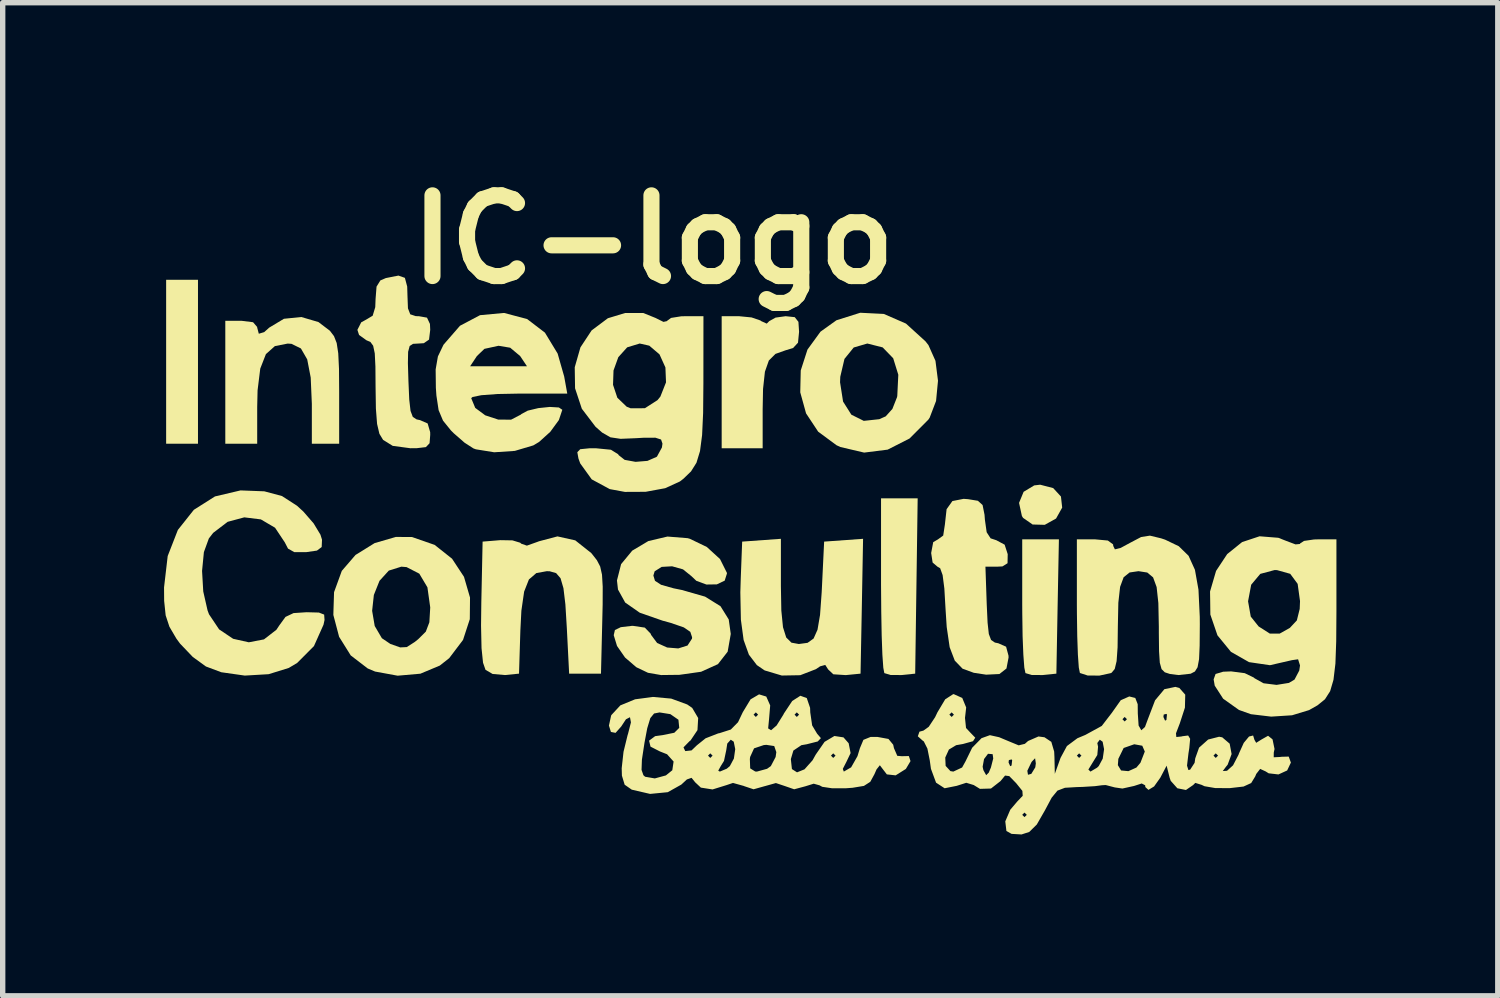
<source format=kicad_pcb>
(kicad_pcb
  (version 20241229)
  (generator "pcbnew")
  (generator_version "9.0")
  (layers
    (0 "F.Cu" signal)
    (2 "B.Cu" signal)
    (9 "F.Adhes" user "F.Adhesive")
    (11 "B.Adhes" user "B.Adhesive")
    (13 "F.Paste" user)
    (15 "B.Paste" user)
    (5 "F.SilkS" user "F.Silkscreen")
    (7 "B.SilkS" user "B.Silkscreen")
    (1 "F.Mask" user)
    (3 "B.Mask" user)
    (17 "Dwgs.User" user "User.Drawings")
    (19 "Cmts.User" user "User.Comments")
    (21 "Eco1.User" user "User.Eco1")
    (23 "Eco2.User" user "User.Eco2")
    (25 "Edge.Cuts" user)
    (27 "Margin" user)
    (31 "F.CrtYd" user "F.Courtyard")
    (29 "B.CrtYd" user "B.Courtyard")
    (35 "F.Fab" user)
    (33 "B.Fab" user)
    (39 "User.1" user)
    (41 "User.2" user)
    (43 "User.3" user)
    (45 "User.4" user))
  (footprint "IC-logo"
    (layer "F.Cu")
    (at 9.098 6.004)
    (property "Reference" "IC-logo" (at 0 -4.6 0) (layer "F.SilkS") (effects (font (size 1.5 1.5) (thickness 0.3))))
    (attr board_only exclude_from_pos_files exclude_from_bom)
    (fp_poly (pts (xy -8.467 -2.328) (xy -8.467 -0.804) (xy -8.763 -0.804) (xy -9.059 -0.804) (xy -9.059 -2.328) (xy -9.059 -3.852) (xy -8.763 -3.852) (xy -8.467 -3.852)) (stroke (width 0) (type solid)) (fill yes) (layer "F.SilkS"))
    (fp_poly (pts (xy 7.434 0.021) (xy 7.578 0.178) (xy 7.601 0.384) (xy 7.487 0.587) (xy 7.277 0.704) (xy 7.051 0.698) (xy 6.874 0.575) (xy 6.852 0.54) (xy 6.799 0.296) (xy 6.884 0.09) (xy 7.081 -0.029) (xy 7.192 -0.042)) (stroke (width 0) (type solid)) (fill yes) (layer "F.SilkS"))
    (fp_poly (pts (xy 7.516 2.223) (xy 7.493 3.471) (xy 7.236 3.497) (xy 7.035 3.496) (xy 6.918 3.461) (xy 6.897 3.359) (xy 6.879 3.12) (xy 6.865 2.775) (xy 6.859 2.356) (xy 6.858 2.187) (xy 6.858 0.974) (xy 7.199 0.974) (xy 7.54 0.974)) (stroke (width 0) (type solid)) (fill yes) (layer "F.SilkS"))
    (fp_poly (pts (xy 4.891 1.841) (xy 4.868 3.471) (xy 4.611 3.497) (xy 4.411 3.496) (xy 4.294 3.461) (xy 4.275 3.361) (xy 4.258 3.119) (xy 4.245 2.763) (xy 4.237 2.32) (xy 4.233 1.817) (xy 4.233 1.806) (xy 4.233 0.212) (xy 4.574 0.212) (xy 4.914 0.212)) (stroke (width 0) (type solid)) (fill yes) (layer "F.SilkS"))
    (fp_poly (pts (xy 1.826 -3.152) (xy 1.989 -3.096) (xy 2.006 -3.083) (xy 2.108 -3.037) (xy 2.154 -3.083) (xy 2.272 -3.149) (xy 2.46 -3.175) (xy 2.629 -3.157) (xy 2.697 -3.07) (xy 2.709 -2.885) (xy 2.689 -2.682) (xy 2.597 -2.583) (xy 2.455 -2.54) (xy 2.27 -2.474) (xy 2.147 -2.351) (xy 2.074 -2.143) (xy 2.039 -1.821) (xy 2.032 -1.445) (xy 2.032 -0.72) (xy 1.651 -0.72) (xy 1.27 -0.72) (xy 1.27 -1.947) (xy 1.27 -3.175) (xy 1.592 -3.175)) (stroke (width 0) (type solid)) (fill yes) (layer "F.SilkS"))
    (fp_poly (pts (xy 3.876 2.218) (xy 3.852 3.471) (xy 3.577 3.498) (xy 3.346 3.483) (xy 3.25 3.393) (xy 3.196 3.309) (xy 3.1 3.335) (xy 3.021 3.388) (xy 2.731 3.5) (xy 2.388 3.506) (xy 2.069 3.411) (xy 1.924 3.312) (xy 1.776 3.118) (xy 1.678 2.845) (xy 1.627 2.467) (xy 1.617 1.96) (xy 1.625 1.693) (xy 1.651 1.016) (xy 2.011 0.99) (xy 2.371 0.964) (xy 2.371 1.841) (xy 2.379 2.297) (xy 2.41 2.608) (xy 2.47 2.799) (xy 2.567 2.895) (xy 2.705 2.92) (xy 2.867 2.898) (xy 2.979 2.818) (xy 3.052 2.654) (xy 3.099 2.378) (xy 3.129 1.964) (xy 3.133 1.887) (xy 3.175 1.016) (xy 3.537 0.99) (xy 3.899 0.964)) (stroke (width 0) (type solid)) (fill yes) (layer "F.SilkS"))
    (fp_poly (pts (xy -6.227 -3.066) (xy -6.014 -2.904) (xy -5.938 -2.804) (xy -5.888 -2.676) (xy -5.859 -2.485) (xy -5.845 -2.195) (xy -5.842 -1.772) (xy -5.842 -1.762) (xy -5.842 -0.804) (xy -6.096 -0.804) (xy -6.35 -0.804) (xy -6.35 -1.547) (xy -6.371 -2.034) (xy -6.436 -2.372) (xy -6.553 -2.575) (xy -6.728 -2.661) (xy -6.799 -2.666) (xy -7.037 -2.619) (xy -7.204 -2.47) (xy -7.309 -2.201) (xy -7.359 -1.796) (xy -7.366 -1.487) (xy -7.366 -0.804) (xy -7.662 -0.804) (xy -7.959 -0.804) (xy -7.959 -1.947) (xy -7.959 -3.09) (xy -7.662 -3.09) (xy -7.443 -3.063) (xy -7.367 -2.975) (xy -7.366 -2.963) (xy -7.336 -2.849) (xy -7.236 -2.879) (xy -7.142 -2.963) (xy -6.869 -3.127) (xy -6.546 -3.16)) (stroke (width 0) (type solid)) (fill yes) (layer "F.SilkS"))
    (fp_poly (pts (xy -1.452 0.993) (xy -1.156 1.228) (xy -1.143 1.243) (xy -1.05 1.362) (xy -0.989 1.479) (xy -0.955 1.631) (xy -0.942 1.855) (xy -0.943 2.187) (xy -0.95 2.486) (xy -0.974 3.471) (xy -1.27 3.471) (xy -1.566 3.471) (xy -1.609 2.625) (xy -1.636 2.182) (xy -1.672 1.882) (xy -1.726 1.697) (xy -1.808 1.602) (xy -1.926 1.568) (xy -1.982 1.566) (xy -2.176 1.601) (xy -2.314 1.72) (xy -2.403 1.946) (xy -2.454 2.3) (xy -2.473 2.67) (xy -2.498 3.471) (xy -2.759 3.497) (xy -2.989 3.477) (xy -3.121 3.4) (xy -3.167 3.268) (xy -3.195 2.998) (xy -3.204 2.579) (xy -3.199 2.147) (xy -3.175 1.016) (xy -2.845 0.989) (xy -2.62 0.993) (xy -2.475 1.037) (xy -2.458 1.054) (xy -2.352 1.091) (xy -2.139 1.015) (xy -2.131 1.011) (xy -1.783 0.919)) (stroke (width 0) (type solid)) (fill yes) (layer "F.SilkS"))
    (fp_poly (pts (xy 4.285 -3.217) (xy 4.696 -3.038) (xy 5.059 -2.708) (xy 5.114 -2.638) (xy 5.245 -2.345) (xy 5.292 -1.975) (xy 5.256 -1.599) (xy 5.137 -1.288) (xy 5.112 -1.251) (xy 4.763 -0.901) (xy 4.356 -0.694) (xy 3.919 -0.639) (xy 3.476 -0.743) (xy 3.405 -0.776) (xy 3.064 -1.028) (xy 2.839 -1.368) (xy 2.731 -1.759) (xy 2.735 -1.947) (xy 3.471 -1.947) (xy 3.527 -1.588) (xy 3.681 -1.344) (xy 3.912 -1.229) (xy 4.2 -1.26) (xy 4.32 -1.313) (xy 4.444 -1.451) (xy 4.531 -1.671) (xy 4.535 -1.694) (xy 4.554 -2.086) (xy 4.459 -2.393) (xy 4.263 -2.595) (xy 3.978 -2.667) (xy 3.978 -2.667) (xy 3.725 -2.593) (xy 3.553 -2.381) (xy 3.475 -2.049) (xy 3.471 -1.947) (xy 2.735 -1.947) (xy 2.74 -2.166) (xy 2.865 -2.554) (xy 3.107 -2.887) (xy 3.403 -3.099) (xy 3.846 -3.239)) (stroke (width 0) (type solid)) (fill yes) (layer "F.SilkS"))
    (fp_poly (pts (xy -4.487 0.931) (xy -4.067 1.077) (xy -3.743 1.334) (xy -3.521 1.671) (xy -3.409 2.056) (xy -3.413 2.458) (xy -3.539 2.844) (xy -3.796 3.183) (xy -3.971 3.321) (xy -4.332 3.472) (xy -4.755 3.509) (xy -5.174 3.432) (xy -5.312 3.374) (xy -5.627 3.132) (xy -5.843 2.786) (xy -5.95 2.38) (xy -5.948 2.303) (xy -5.229 2.303) (xy -5.181 2.585) (xy -5.048 2.812) (xy -4.891 2.918) (xy -4.707 2.983) (xy -4.585 2.977) (xy -4.44 2.884) (xy -4.372 2.83) (xy -4.231 2.69) (xy -4.165 2.516) (xy -4.149 2.243) (xy -4.149 2.238) (xy -4.201 1.866) (xy -4.352 1.612) (xy -4.589 1.49) (xy -4.686 1.482) (xy -4.919 1.555) (xy -5.092 1.745) (xy -5.197 2.008) (xy -5.229 2.303) (xy -5.948 2.303) (xy -5.937 1.956) (xy -5.793 1.56) (xy -5.538 1.264) (xy -5.183 1.044) (xy -4.788 0.929)) (stroke (width 0) (type solid)) (fill yes) (layer "F.SilkS"))
    (fp_poly (pts (xy 5.851 0.227) (xy 6.034 0.257) (xy 6.121 0.336) (xy 6.157 0.516) (xy 6.164 0.609) (xy 6.197 0.842) (xy 6.27 0.955) (xy 6.376 0.99) (xy 6.531 1.073) (xy 6.588 1.249) (xy 6.585 1.418) (xy 6.491 1.477) (xy 6.395 1.482) (xy 6.174 1.482) (xy 6.198 2.18) (xy 6.214 2.524) (xy 6.237 2.734) (xy 6.279 2.845) (xy 6.35 2.893) (xy 6.413 2.906) (xy 6.558 2.97) (xy 6.603 3.137) (xy 6.604 3.172) (xy 6.565 3.375) (xy 6.434 3.478) (xy 6.187 3.49) (xy 5.957 3.455) (xy 5.749 3.379) (xy 5.604 3.229) (xy 5.509 2.98) (xy 5.454 2.604) (xy 5.433 2.281) (xy 5.41 1.887) (xy 5.378 1.638) (xy 5.332 1.511) (xy 5.282 1.482) (xy 5.192 1.405) (xy 5.165 1.228) (xy 5.203 1.026) (xy 5.292 0.974) (xy 5.389 0.903) (xy 5.42 0.699) (xy 5.452 0.413) (xy 5.56 0.262) (xy 5.768 0.221)) (stroke (width 0) (type solid)) (fill yes) (layer "F.SilkS"))
    (fp_poly (pts (xy -4.62 -3.888) (xy -4.577 -3.726) (xy -4.572 -3.556) (xy -4.563 -3.321) (xy -4.52 -3.21) (xy -4.417 -3.176) (xy -4.36 -3.175) (xy -4.209 -3.148) (xy -4.154 -3.031) (xy -4.149 -2.921) (xy -4.171 -2.74) (xy -4.268 -2.673) (xy -4.364 -2.667) (xy -4.469 -2.661) (xy -4.531 -2.621) (xy -4.56 -2.513) (xy -4.564 -2.303) (xy -4.554 -1.968) (xy -4.539 -1.624) (xy -4.515 -1.414) (xy -4.473 -1.303) (xy -4.402 -1.256) (xy -4.339 -1.243) (xy -4.197 -1.181) (xy -4.15 -1.02) (xy -4.149 -0.968) (xy -4.161 -0.813) (xy -4.229 -0.741) (xy -4.399 -0.721) (xy -4.517 -0.72) (xy -4.846 -0.764) (xy -5.025 -0.875) (xy -5.094 -0.989) (xy -5.137 -1.172) (xy -5.159 -1.456) (xy -5.165 -1.856) (xy -5.168 -2.238) (xy -5.18 -2.484) (xy -5.21 -2.626) (xy -5.262 -2.697) (xy -5.334 -2.727) (xy -5.472 -2.826) (xy -5.503 -2.921) (xy -5.432 -3.061) (xy -5.334 -3.115) (xy -5.219 -3.184) (xy -5.171 -3.343) (xy -5.165 -3.496) (xy -5.147 -3.725) (xy -5.076 -3.84) (xy -4.974 -3.884) (xy -4.74 -3.93)) (stroke (width 0) (type solid)) (fill yes) (layer "F.SilkS"))
    (fp_poly (pts (xy -2.77 -3.234) (xy -2.347 -3.122) (xy -2.016 -2.869) (xy -1.78 -2.48) (xy -1.658 -2.053) (xy -1.601 -1.736) (xy -2.494 -1.736) (xy -2.902 -1.728) (xy -3.199 -1.706) (xy -3.362 -1.673) (xy -3.387 -1.651) (xy -3.312 -1.47) (xy -3.126 -1.332) (xy -2.885 -1.253) (xy -2.646 -1.251) (xy -2.463 -1.346) (xy -2.455 -1.355) (xy -2.336 -1.419) (xy -2.139 -1.466) (xy -1.926 -1.488) (xy -1.757 -1.478) (xy -1.693 -1.435) (xy -1.757 -1.244) (xy -1.917 -1.025) (xy -2.125 -0.837) (xy -2.232 -0.773) (xy -2.575 -0.671) (xy -2.96 -0.645) (xy -3.3 -0.7) (xy -3.344 -0.716) (xy -3.509 -0.822) (xy -3.71 -0.997) (xy -3.764 -1.051) (xy -3.911 -1.233) (xy -3.993 -1.428) (xy -4.034 -1.7) (xy -4.044 -1.843) (xy -4.048 -2.185) (xy -4.038 -2.244) (xy -3.407 -2.244) (xy -2.879 -2.244) (xy -2.35 -2.244) (xy -2.477 -2.434) (xy -2.662 -2.589) (xy -2.879 -2.625) (xy -3.141 -2.568) (xy -3.281 -2.434) (xy -3.407 -2.244) (xy -4.038 -2.244) (xy -4.006 -2.427) (xy -3.906 -2.636) (xy -3.9 -2.647) (xy -3.596 -2.997) (xy -3.223 -3.194) (xy -2.783 -3.235)) (stroke (width 0) (type solid)) (fill yes) (layer "F.SilkS"))
    (fp_poly (pts (xy -7.233 0.081) (xy -6.905 0.169) (xy -6.626 0.349) (xy -6.507 0.458) (xy -6.317 0.677) (xy -6.19 0.887) (xy -6.161 0.98) (xy -6.167 1.117) (xy -6.255 1.183) (xy -6.456 1.212) (xy -6.676 1.212) (xy -6.793 1.146) (xy -6.853 1.03) (xy -7.034 0.758) (xy -7.298 0.603) (xy -7.606 0.565) (xy -7.915 0.648) (xy -8.185 0.854) (xy -8.265 0.958) (xy -8.357 1.211) (xy -8.391 1.561) (xy -8.369 1.943) (xy -8.289 2.295) (xy -8.262 2.367) (xy -8.074 2.648) (xy -7.813 2.823) (xy -7.522 2.888) (xy -7.24 2.834) (xy -7.009 2.655) (xy -6.955 2.574) (xy -6.84 2.416) (xy -6.69 2.345) (xy -6.447 2.329) (xy -6.219 2.335) (xy -6.121 2.373) (xy -6.114 2.473) (xy -6.133 2.561) (xy -6.311 2.959) (xy -6.623 3.272) (xy -6.779 3.365) (xy -7.153 3.481) (xy -7.596 3.507) (xy -8.033 3.445) (xy -8.319 3.338) (xy -8.564 3.16) (xy -8.8 2.913) (xy -8.869 2.819) (xy -8.998 2.599) (xy -9.068 2.387) (xy -9.096 2.118) (xy -9.098 1.868) (xy -9.03 1.284) (xy -8.841 0.799) (xy -8.544 0.425) (xy -8.151 0.176) (xy -7.675 0.064)) (stroke (width 0) (type solid)) (fill yes) (layer "F.SilkS"))
    (fp_poly (pts (xy 9.44 0.955) (xy 9.515 0.98) (xy 9.769 1.102) (xy 9.951 1.28) (xy 10.069 1.54) (xy 10.135 1.91) (xy 10.159 2.414) (xy 10.16 2.555) (xy 10.157 2.947) (xy 10.146 3.202) (xy 10.118 3.352) (xy 10.069 3.431) (xy 9.992 3.471) (xy 9.985 3.473) (xy 9.762 3.497) (xy 9.604 3.477) (xy 9.509 3.446) (xy 9.449 3.387) (xy 9.416 3.268) (xy 9.402 3.055) (xy 9.398 2.714) (xy 9.398 2.598) (xy 9.389 2.158) (xy 9.357 1.861) (xy 9.291 1.681) (xy 9.183 1.591) (xy 9.022 1.566) (xy 9.017 1.566) (xy 8.854 1.59) (xy 8.744 1.678) (xy 8.678 1.857) (xy 8.645 2.153) (xy 8.636 2.59) (xy 8.631 2.983) (xy 8.613 3.238) (xy 8.578 3.384) (xy 8.521 3.453) (xy 8.502 3.462) (xy 8.294 3.507) (xy 8.076 3.506) (xy 7.934 3.46) (xy 7.93 3.457) (xy 7.91 3.357) (xy 7.893 3.118) (xy 7.881 2.775) (xy 7.875 2.357) (xy 7.874 2.187) (xy 7.874 0.974) (xy 8.213 0.974) (xy 8.45 0.996) (xy 8.547 1.067) (xy 8.551 1.098) (xy 8.581 1.16) (xy 8.689 1.133) (xy 8.859 1.041) (xy 9.068 0.931) (xy 9.232 0.905)) (stroke (width 0) (type solid)) (fill yes) (layer "F.SilkS"))
    (fp_poly (pts (xy 0.637 0.952) (xy 0.679 0.964) (xy 0.994 1.116) (xy 1.239 1.34) (xy 1.366 1.594) (xy 1.368 1.609) (xy 1.326 1.742) (xy 1.18 1.811) (xy 0.986 1.814) (xy 0.799 1.745) (xy 0.706 1.657) (xy 0.551 1.532) (xy 0.348 1.475) (xy 0.154 1.486) (xy 0.024 1.568) (xy 0 1.647) (xy 0.03 1.745) (xy 0.144 1.819) (xy 0.375 1.884) (xy 0.527 1.915) (xy 0.961 2.039) (xy 1.248 2.217) (xy 1.401 2.463) (xy 1.439 2.733) (xy 1.381 3.063) (xy 1.201 3.294) (xy 0.887 3.436) (xy 0.484 3.493) (xy 0.143 3.497) (xy -0.1 3.455) (xy -0.31 3.355) (xy -0.32 3.349) (xy -0.527 3.171) (xy -0.676 2.956) (xy -0.737 2.756) (xy -0.715 2.66) (xy -0.606 2.607) (xy -0.403 2.583) (xy -0.382 2.582) (xy -0.159 2.615) (xy -0.051 2.727) (xy -0.042 2.751) (xy 0.07 2.901) (xy 0.256 2.985) (xy 0.463 3.002) (xy 0.635 2.948) (xy 0.718 2.82) (xy 0.72 2.795) (xy 0.687 2.694) (xy 0.566 2.611) (xy 0.325 2.528) (xy 0.172 2.486) (xy -0.253 2.338) (xy -0.524 2.149) (xy -0.658 1.907) (xy -0.677 1.738) (xy -0.6 1.435) (xy -0.393 1.184) (xy -0.094 1.006) (xy 0.262 0.922)) (stroke (width 0) (type solid)) (fill yes) (layer "F.SilkS"))
    (fp_poly (pts (xy 11.62 0.945) (xy 11.772 1.005) (xy 11.94 1.068) (xy 12.021 1.06) (xy 12.023 1.052) (xy 12.098 1.003) (xy 12.285 0.976) (xy 12.361 0.974) (xy 12.7 0.974) (xy 12.7 2.309) (xy 12.696 2.869) (xy 12.681 3.285) (xy 12.645 3.586) (xy 12.583 3.797) (xy 12.487 3.947) (xy 12.348 4.06) (xy 12.191 4.149) (xy 11.875 4.245) (xy 11.487 4.27) (xy 11.11 4.225) (xy 10.888 4.146) (xy 10.594 3.937) (xy 10.437 3.694) (xy 10.417 3.577) (xy 10.453 3.477) (xy 10.594 3.435) (xy 10.742 3.429) (xy 10.995 3.462) (xy 11.166 3.545) (xy 11.176 3.556) (xy 11.345 3.65) (xy 11.587 3.68) (xy 11.817 3.643) (xy 11.921 3.581) (xy 12.009 3.413) (xy 12.023 3.318) (xy 11.987 3.204) (xy 11.874 3.22) (xy 11.464 3.314) (xy 11.075 3.257) (xy 10.739 3.066) (xy 10.488 2.759) (xy 10.356 2.373) (xy 10.353 2.126) (xy 11.057 2.126) (xy 11.107 2.41) (xy 11.253 2.593) (xy 11.463 2.727) (xy 11.644 2.727) (xy 11.834 2.62) (xy 11.964 2.481) (xy 12.017 2.268) (xy 12.023 2.122) (xy 11.979 1.802) (xy 11.841 1.615) (xy 11.595 1.546) (xy 11.549 1.545) (xy 11.284 1.616) (xy 11.115 1.818) (xy 11.057 2.126) (xy 10.353 2.126) (xy 10.35 1.944) (xy 10.462 1.561) (xy 10.669 1.248) (xy 10.946 1.025) (xy 11.271 0.917)) (stroke (width 0) (type solid)) (fill yes) (layer "F.SilkS"))
    (fp_poly (pts (xy 0.041 -3.142) (xy 0.188 -3.069) (xy 0.254 -3.084) (xy 0.254 -3.088) (xy 0.329 -3.143) (xy 0.517 -3.173) (xy 0.593 -3.175) (xy 0.931 -3.175) (xy 0.93 -1.926) (xy 0.925 -1.375) (xy 0.906 -0.965) (xy 0.867 -0.666) (xy 0.801 -0.45) (xy 0.7 -0.289) (xy 0.559 -0.153) (xy 0.493 -0.102) (xy 0.22 0.023) (xy -0.144 0.09) (xy -0.529 0.092) (xy -0.811 0.04) (xy -1.146 -0.141) (xy -1.36 -0.438) (xy -1.393 -0.529) (xy -1.414 -0.646) (xy -1.36 -0.702) (xy -1.19 -0.719) (xy -1.073 -0.72) (xy -0.789 -0.692) (xy -0.654 -0.608) (xy -0.647 -0.593) (xy -0.534 -0.504) (xy -0.331 -0.467) (xy -0.11 -0.485) (xy 0.059 -0.559) (xy 0.068 -0.567) (xy 0.159 -0.734) (xy 0.169 -0.806) (xy 0.143 -0.882) (xy 0.037 -0.916) (xy -0.183 -0.915) (xy -0.32 -0.907) (xy -0.61 -0.895) (xy -0.798 -0.923) (xy -0.952 -1.011) (xy -1.075 -1.119) (xy -1.33 -1.454) (xy -1.456 -1.834) (xy -1.457 -1.899) (xy -0.75 -1.899) (xy -0.67 -1.659) (xy -0.496 -1.492) (xy -0.423 -1.463) (xy -0.158 -1.464) (xy 0.076 -1.614) (xy 0.13 -1.68) (xy 0.235 -1.945) (xy 0.224 -2.222) (xy 0.114 -2.465) (xy -0.076 -2.627) (xy -0.254 -2.667) (xy -0.487 -2.596) (xy -0.652 -2.413) (xy -0.741 -2.166) (xy -0.75 -1.899) (xy -1.457 -1.899) (xy -1.462 -2.226) (xy -1.356 -2.596) (xy -1.148 -2.911) (xy -0.846 -3.137) (xy -0.523 -3.235) (xy -0.189 -3.235)) (stroke (width 0) (type solid)) (fill yes) (layer "F.SilkS"))
    (fp_poly (pts (xy 2.099 3.897) (xy 2.172 4.062) (xy 2.15 4.325) (xy 2.134 4.489) (xy 2.189 4.523) (xy 2.291 4.435) (xy 2.416 4.235) (xy 2.417 4.233) (xy 2.625 4.233) (xy 2.667 4.276) (xy 2.709 4.233) (xy 2.667 4.191) (xy 2.625 4.233) (xy 2.417 4.233) (xy 2.427 4.212) (xy 2.582 3.979) (xy 2.733 3.882) (xy 2.852 3.925) (xy 2.914 4.107) (xy 2.917 4.191) (xy 2.952 4.433) (xy 3.044 4.587) (xy 3.115 4.67) (xy 3.056 4.732) (xy 2.851 4.784) (xy 2.752 4.801) (xy 2.603 4.901) (xy 2.556 5.06) (xy 2.576 5.245) (xy 2.671 5.306) (xy 2.81 5.25) (xy 2.96 5.081) (xy 3.008 4.995) (xy 3.302 4.995) (xy 3.344 5.038) (xy 3.387 4.995) (xy 3.344 4.953) (xy 3.302 4.995) (xy 3.008 4.995) (xy 3.02 4.974) (xy 3.183 4.739) (xy 3.366 4.63) (xy 3.535 4.656) (xy 3.631 4.765) (xy 3.667 4.948) (xy 3.59 5.109) (xy 3.522 5.242) (xy 3.541 5.292) (xy 3.677 5.213) (xy 3.795 5.005) (xy 3.84 4.857) (xy 3.905 4.702) (xy 4.038 4.648) (xy 4.169 4.648) (xy 4.371 4.685) (xy 4.459 4.792) (xy 4.473 4.856) (xy 4.535 4.999) (xy 4.618 5.006) (xy 4.75 5.003) (xy 4.781 5.097) (xy 4.696 5.24) (xy 4.694 5.243) (xy 4.505 5.362) (xy 4.341 5.344) (xy 4.26 5.239) (xy 4.211 5.174) (xy 4.149 5.252) (xy 4.111 5.339) (xy 4.033 5.482) (xy 3.915 5.558) (xy 3.703 5.593) (xy 3.578 5.602) (xy 3.321 5.602) (xy 3.14 5.575) (xy 3.091 5.548) (xy 2.981 5.517) (xy 2.827 5.565) (xy 2.618 5.621) (xy 2.451 5.563) (xy 2.278 5.505) (xy 2.071 5.563) (xy 2.07 5.563) (xy 1.863 5.621) (xy 1.689 5.563) (xy 1.685 5.56) (xy 1.48 5.503) (xy 1.358 5.544) (xy 1.1 5.624) (xy 0.883 5.59) (xy 0.778 5.492) (xy 0.71 5.408) (xy 0.623 5.438) (xy 0.519 5.534) (xy 0.268 5.675) (xy -0.061 5.707) (xy -0.402 5.628) (xy -0.534 5.536) (xy -0.585 5.367) (xy -0.588 5.26) (xy -0.22 5.26) (xy -0.185 5.36) (xy -0.153 5.388) (xy 0.027 5.419) (xy 0.233 5.363) (xy 0.342 5.275) (xy 1.206 5.275) (xy 1.236 5.292) (xy 1.365 5.238) (xy 1.422 5.19) (xy 1.492 5.059) (xy 1.794 5.059) (xy 1.8 5.232) (xy 1.893 5.29) (xy 1.925 5.292) (xy 2.114 5.24) (xy 2.184 5.19) (xy 2.273 5.021) (xy 2.286 4.93) (xy 2.247 4.817) (xy 2.101 4.795) (xy 2.053 4.799) (xy 1.872 4.86) (xy 1.799 5.02) (xy 1.794 5.059) (xy 1.492 5.059) (xy 1.497 5.05) (xy 1.522 4.875) (xy 1.494 4.736) (xy 1.439 4.699) (xy 1.374 4.771) (xy 1.355 4.894) (xy 1.313 5.093) (xy 1.253 5.19) (xy 1.206 5.275) (xy 0.342 5.275) (xy 0.352 5.267) (xy 0.376 5.105) (xy 0.277 4.995) (xy 1.016 4.995) (xy 1.058 5.038) (xy 1.101 4.995) (xy 1.058 4.953) (xy 1.016 4.995) (xy 0.277 4.995) (xy 0.255 4.97) (xy 0.121 4.917) (xy -0.053 4.828) (xy -0.08 4.717) (xy 0.033 4.633) (xy 0.172 4.614) (xy 0.389 4.57) (xy 0.481 4.479) (xy 0.466 4.328) (xy 0.316 4.224) (xy 0.115 4.192) (xy 0.013 4.212) (xy -0.057 4.298) (xy -0.114 4.486) (xy -0.165 4.755) (xy -0.213 5.07) (xy -0.22 5.26) (xy -0.588 5.26) (xy -0.589 5.231) (xy -0.555 4.924) (xy -0.479 4.613) (xy -0.472 4.593) (xy -0.417 4.377) (xy -0.435 4.281) (xy -0.51 4.32) (xy -0.598 4.454) (xy -0.703 4.572) (xy -0.789 4.555) (xy -0.826 4.437) (xy -0.786 4.252) (xy -0.78 4.24) (xy -0.614 4.061) (xy -0.34 3.948) (xy -0.008 3.904) (xy 0.332 3.935) (xy 0.629 4.044) (xy 0.722 4.108) (xy 0.833 4.296) (xy 0.82 4.521) (xy 0.692 4.712) (xy 0.671 4.728) (xy 0.56 4.842) (xy 0.593 4.911) (xy 0.71 4.898) (xy 0.809 4.803) (xy 0.971 4.673) (xy 1.205 4.582) (xy 1.228 4.578) (xy 1.44 4.51) (xy 1.574 4.374) (xy 1.641 4.233) (xy 1.863 4.233) (xy 1.905 4.276) (xy 1.947 4.233) (xy 1.905 4.191) (xy 1.863 4.233) (xy 1.641 4.233) (xy 1.663 4.187) (xy 1.807 3.949) (xy 1.965 3.856)) (stroke (width 0) (type solid)) (fill yes) (layer "F.SilkS"))
    (fp_poly (pts (xy 9.779 3.737) (xy 9.889 3.862) (xy 9.883 4.103) (xy 9.788 4.395) (xy 9.717 4.58) (xy 9.723 4.649) (xy 9.815 4.64) (xy 9.839 4.634) (xy 9.943 4.621) (xy 9.98 4.682) (xy 9.964 4.856) (xy 9.949 4.951) (xy 9.922 5.181) (xy 9.948 5.264) (xy 9.981 5.255) (xy 10.063 5.129) (xy 10.075 5.046) (xy 10.093 4.995) (xy 10.414 4.995) (xy 10.456 5.038) (xy 10.499 4.995) (xy 10.456 4.953) (xy 10.414 4.995) (xy 10.093 4.995) (xy 10.146 4.847) (xy 10.315 4.696) (xy 10.518 4.644) (xy 10.577 4.655) (xy 10.715 4.773) (xy 10.751 4.966) (xy 10.677 5.165) (xy 10.647 5.201) (xy 10.587 5.282) (xy 10.662 5.277) (xy 10.668 5.275) (xy 10.778 5.175) (xy 10.879 4.98) (xy 10.89 4.95) (xy 10.977 4.758) (xy 11.075 4.64) (xy 11.151 4.621) (xy 11.176 4.702) (xy 11.208 4.757) (xy 11.309 4.694) (xy 11.429 4.626) (xy 11.509 4.69) (xy 11.513 4.697) (xy 11.549 4.872) (xy 11.535 4.938) (xy 11.534 5.026) (xy 11.657 5.02) (xy 11.67 5.017) (xy 11.813 5.013) (xy 11.853 5.124) (xy 11.853 5.125) (xy 11.784 5.271) (xy 11.622 5.345) (xy 11.44 5.324) (xy 11.384 5.289) (xy 11.282 5.242) (xy 11.209 5.336) (xy 11.19 5.382) (xy 11.115 5.505) (xy 10.973 5.57) (xy 10.713 5.6) (xy 10.708 5.6) (xy 10.445 5.598) (xy 10.247 5.564) (xy 10.194 5.539) (xy 10.076 5.502) (xy 10.036 5.542) (xy 9.902 5.634) (xy 9.742 5.602) (xy 9.619 5.464) (xy 9.599 5.406) (xy 9.543 5.182) (xy 9.425 5.406) (xy 9.31 5.568) (xy 9.205 5.632) (xy 9.147 5.58) (xy 9.144 5.547) (xy 9.08 5.513) (xy 8.938 5.559) (xy 8.721 5.607) (xy 8.578 5.586) (xy 8.41 5.542) (xy 8.34 5.546) (xy 8.209 5.563) (xy 7.979 5.577) (xy 7.874 5.58) (xy 7.652 5.593) (xy 7.513 5.646) (xy 7.405 5.778) (xy 7.281 6.011) (xy 7.129 6.276) (xy 6.989 6.414) (xy 6.845 6.461) (xy 6.659 6.45) (xy 6.564 6.396) (xy 6.543 6.218) (xy 6.595 6.096) (xy 6.858 6.096) (xy 6.9 6.138) (xy 6.943 6.096) (xy 6.9 6.054) (xy 6.858 6.096) (xy 6.595 6.096) (xy 6.636 6.001) (xy 6.765 5.849) (xy 6.867 5.742) (xy 6.861 5.651) (xy 6.745 5.507) (xy 6.617 5.376) (xy 6.539 5.366) (xy 6.454 5.469) (xy 6.277 5.607) (xy 6.072 5.613) (xy 5.956 5.542) (xy 5.818 5.5) (xy 5.64 5.557) (xy 5.415 5.602) (xy 5.256 5.498) (xy 5.161 5.241) (xy 5.139 5.084) (xy 5.095 4.864) (xy 5.028 4.731) (xy 5.008 4.717) (xy 4.917 4.636) (xy 4.947 4.55) (xy 5.021 4.53) (xy 5.12 4.459) (xy 5.238 4.281) (xy 5.261 4.233) (xy 5.503 4.233) (xy 5.546 4.276) (xy 5.588 4.233) (xy 5.546 4.191) (xy 5.503 4.233) (xy 5.261 4.233) (xy 5.281 4.191) (xy 5.426 3.948) (xy 5.573 3.853) (xy 5.585 3.852) (xy 5.743 3.923) (xy 5.816 4.1) (xy 5.794 4.294) (xy 5.813 4.481) (xy 5.898 4.572) (xy 5.985 4.662) (xy 5.943 4.727) (xy 5.756 4.779) (xy 5.63 4.801) (xy 5.495 4.882) (xy 5.427 5.031) (xy 5.434 5.186) (xy 5.523 5.283) (xy 5.577 5.292) (xy 5.74 5.216) (xy 5.748 5.202) (xy 6.122 5.202) (xy 6.136 5.265) (xy 6.188 5.359) (xy 6.236 5.311) (xy 6.25 5.277) (xy 6.953 5.277) (xy 6.965 5.351) (xy 7.027 5.334) (xy 7.101 5.213) (xy 7.111 5.139) (xy 7.097 5.044) (xy 7.038 5.105) (xy 7.027 5.122) (xy 6.953 5.277) (xy 6.25 5.277) (xy 6.276 5.216) (xy 6.3 5.122) (xy 6.604 5.122) (xy 6.635 5.192) (xy 6.66 5.179) (xy 6.671 5.078) (xy 6.66 5.066) (xy 6.61 5.078) (xy 6.604 5.122) (xy 6.3 5.122) (xy 6.319 5.048) (xy 6.308 4.968) (xy 6.222 4.961) (xy 6.148 5.059) (xy 6.122 5.202) (xy 5.748 5.202) (xy 5.804 5.101) (xy 5.927 4.849) (xy 6.101 4.671) (xy 6.257 4.615) (xy 6.429 4.653) (xy 6.617 4.732) (xy 6.792 4.804) (xy 6.907 4.776) (xy 6.967 4.723) (xy 7.16 4.639) (xy 7.272 4.654) (xy 7.399 4.739) (xy 7.452 4.92) (xy 7.457 5.022) (xy 7.464 5.334) (xy 7.493 5.254) (xy 8.088 5.254) (xy 8.127 5.292) (xy 8.25 5.219) (xy 8.28 5.19) (xy 8.29 5.172) (xy 8.636 5.172) (xy 8.696 5.271) (xy 8.832 5.284) (xy 8.981 5.217) (xy 9.056 5.128) (xy 9.137 4.919) (xy 9.09 4.811) (xy 8.941 4.784) (xy 8.744 4.853) (xy 8.645 5.055) (xy 8.636 5.172) (xy 8.29 5.172) (xy 8.355 5.051) (xy 8.38 4.876) (xy 8.353 4.737) (xy 8.3 4.699) (xy 8.254 4.761) (xy 8.268 4.829) (xy 8.254 4.984) (xy 8.167 5.125) (xy 8.088 5.254) (xy 7.493 5.254) (xy 7.57 5.038) (xy 7.593 4.995) (xy 7.874 4.995) (xy 7.916 5.038) (xy 7.959 4.995) (xy 7.916 4.953) (xy 7.874 4.995) (xy 7.593 4.995) (xy 7.689 4.817) (xy 7.884 4.672) (xy 8.032 4.61) (xy 8.337 4.443) (xy 8.433 4.318) (xy 8.721 4.318) (xy 8.763 4.36) (xy 8.805 4.318) (xy 8.763 4.276) (xy 8.721 4.318) (xy 8.433 4.318) (xy 8.53 4.192) (xy 8.533 4.187) (xy 8.69 3.965) (xy 8.848 3.895) (xy 8.96 3.923) (xy 9.005 4.039) (xy 9.007 4.212) (xy 9.022 4.436) (xy 9.072 4.524) (xy 9.14 4.463) (xy 9.186 4.339) (xy 9.21 4.276) (xy 9.483 4.276) (xy 9.514 4.345) (xy 9.539 4.332) (xy 9.549 4.232) (xy 9.539 4.219) (xy 9.489 4.231) (xy 9.483 4.276) (xy 9.21 4.276) (xy 9.328 3.967) (xy 9.501 3.76) (xy 9.706 3.717)) (stroke (width 0) (type solid)) (fill yes) (layer "F.SilkS")))
  (gr_rect
    (start -3 -3)
    (end 24.798 15.465)
    (stroke (width 0.1) (type default))
    (fill no)
    (layer "Edge.Cuts")))
</source>
